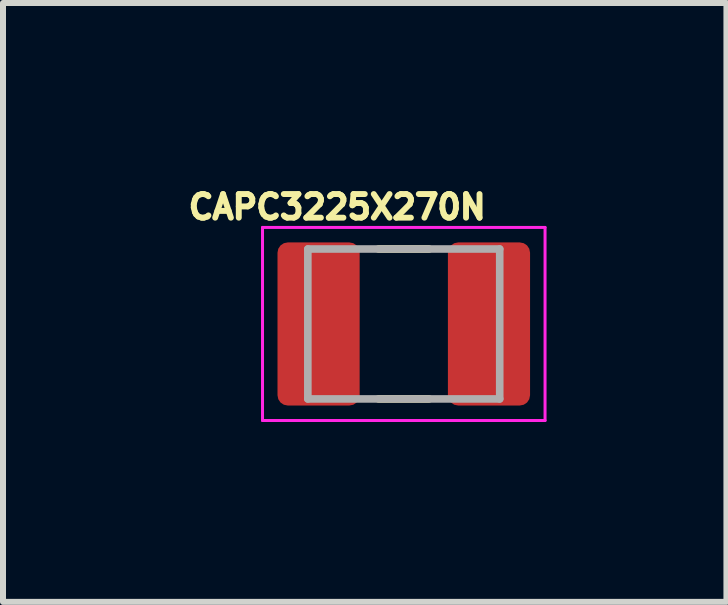
<source format=kicad_pcb>
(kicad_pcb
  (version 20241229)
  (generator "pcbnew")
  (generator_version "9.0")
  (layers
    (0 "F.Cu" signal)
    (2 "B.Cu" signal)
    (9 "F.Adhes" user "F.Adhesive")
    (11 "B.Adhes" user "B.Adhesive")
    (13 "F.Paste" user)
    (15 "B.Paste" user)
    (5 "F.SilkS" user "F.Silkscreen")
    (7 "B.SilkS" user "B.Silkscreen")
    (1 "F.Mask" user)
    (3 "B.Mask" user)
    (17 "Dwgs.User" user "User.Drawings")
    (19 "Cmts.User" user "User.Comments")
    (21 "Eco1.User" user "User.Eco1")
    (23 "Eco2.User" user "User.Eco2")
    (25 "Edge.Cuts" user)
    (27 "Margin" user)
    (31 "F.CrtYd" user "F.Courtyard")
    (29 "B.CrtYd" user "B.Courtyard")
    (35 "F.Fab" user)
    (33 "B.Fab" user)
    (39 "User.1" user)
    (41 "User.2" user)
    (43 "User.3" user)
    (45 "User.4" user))
  (footprint "CAPC3225X270N"
    (layer "F.Cu")
    (at 3.684 2.353)
    (property "Reference" "CAPC3225X270N" (at -1.11 -1.95 0) (layer "F.SilkS") (effects (font (size 0.394 0.394) (thickness 0.15))))
    (attr smd)
    (fp_line (start -0.42 -1.25) (end 0.42 -1.25) (stroke (width 0.127) (type solid)) (layer "F.SilkS"))
    (fp_line (start -0.42 1.25) (end 0.42 1.25) (stroke (width 0.127) (type solid)) (layer "F.SilkS"))
    (fp_line (start -2.356 -1.61) (end 2.356 -1.61) (stroke (width 0.05) (type solid)) (layer "F.CrtYd"))
    (fp_line (start -2.356 1.61) (end -2.356 -1.61) (stroke (width 0.05) (type solid)) (layer "F.CrtYd"))
    (fp_line (start -2.356 1.61) (end 2.356 1.61) (stroke (width 0.05) (type solid)) (layer "F.CrtYd"))
    (fp_line (start 2.356 1.61) (end 2.356 -1.61) (stroke (width 0.05) (type solid)) (layer "F.CrtYd"))
    (fp_line (start -1.6 1.25) (end -1.6 -1.25) (stroke (width 0.127) (type solid)) (layer "F.Fab"))
    (fp_line (start 1.6 -1.25) (end -1.6 -1.25) (stroke (width 0.127) (type solid)) (layer "F.Fab"))
    (fp_line (start 1.6 1.25) (end -1.6 1.25) (stroke (width 0.127) (type solid)) (layer "F.Fab"))
    (fp_line (start 1.6 1.25) (end 1.6 -1.25) (stroke (width 0.127) (type solid)) (layer "F.Fab"))
    (pad "1" smd roundrect (at -1.421 0) (size 1.37 2.72) (layers "F.Cu" "F.Mask" "F.Paste") (roundrect_rratio 0.125))
    (pad "2" smd roundrect (at 1.421 0) (size 1.37 2.72) (layers "F.Cu" "F.Mask" "F.Paste") (roundrect_rratio 0.125)))
  (gr_rect
    (start -3 -3)
    (end 9.065 6.988)
    (stroke (width 0.1) (type default))
    (fill no)
    (layer "Edge.Cuts")))
</source>
